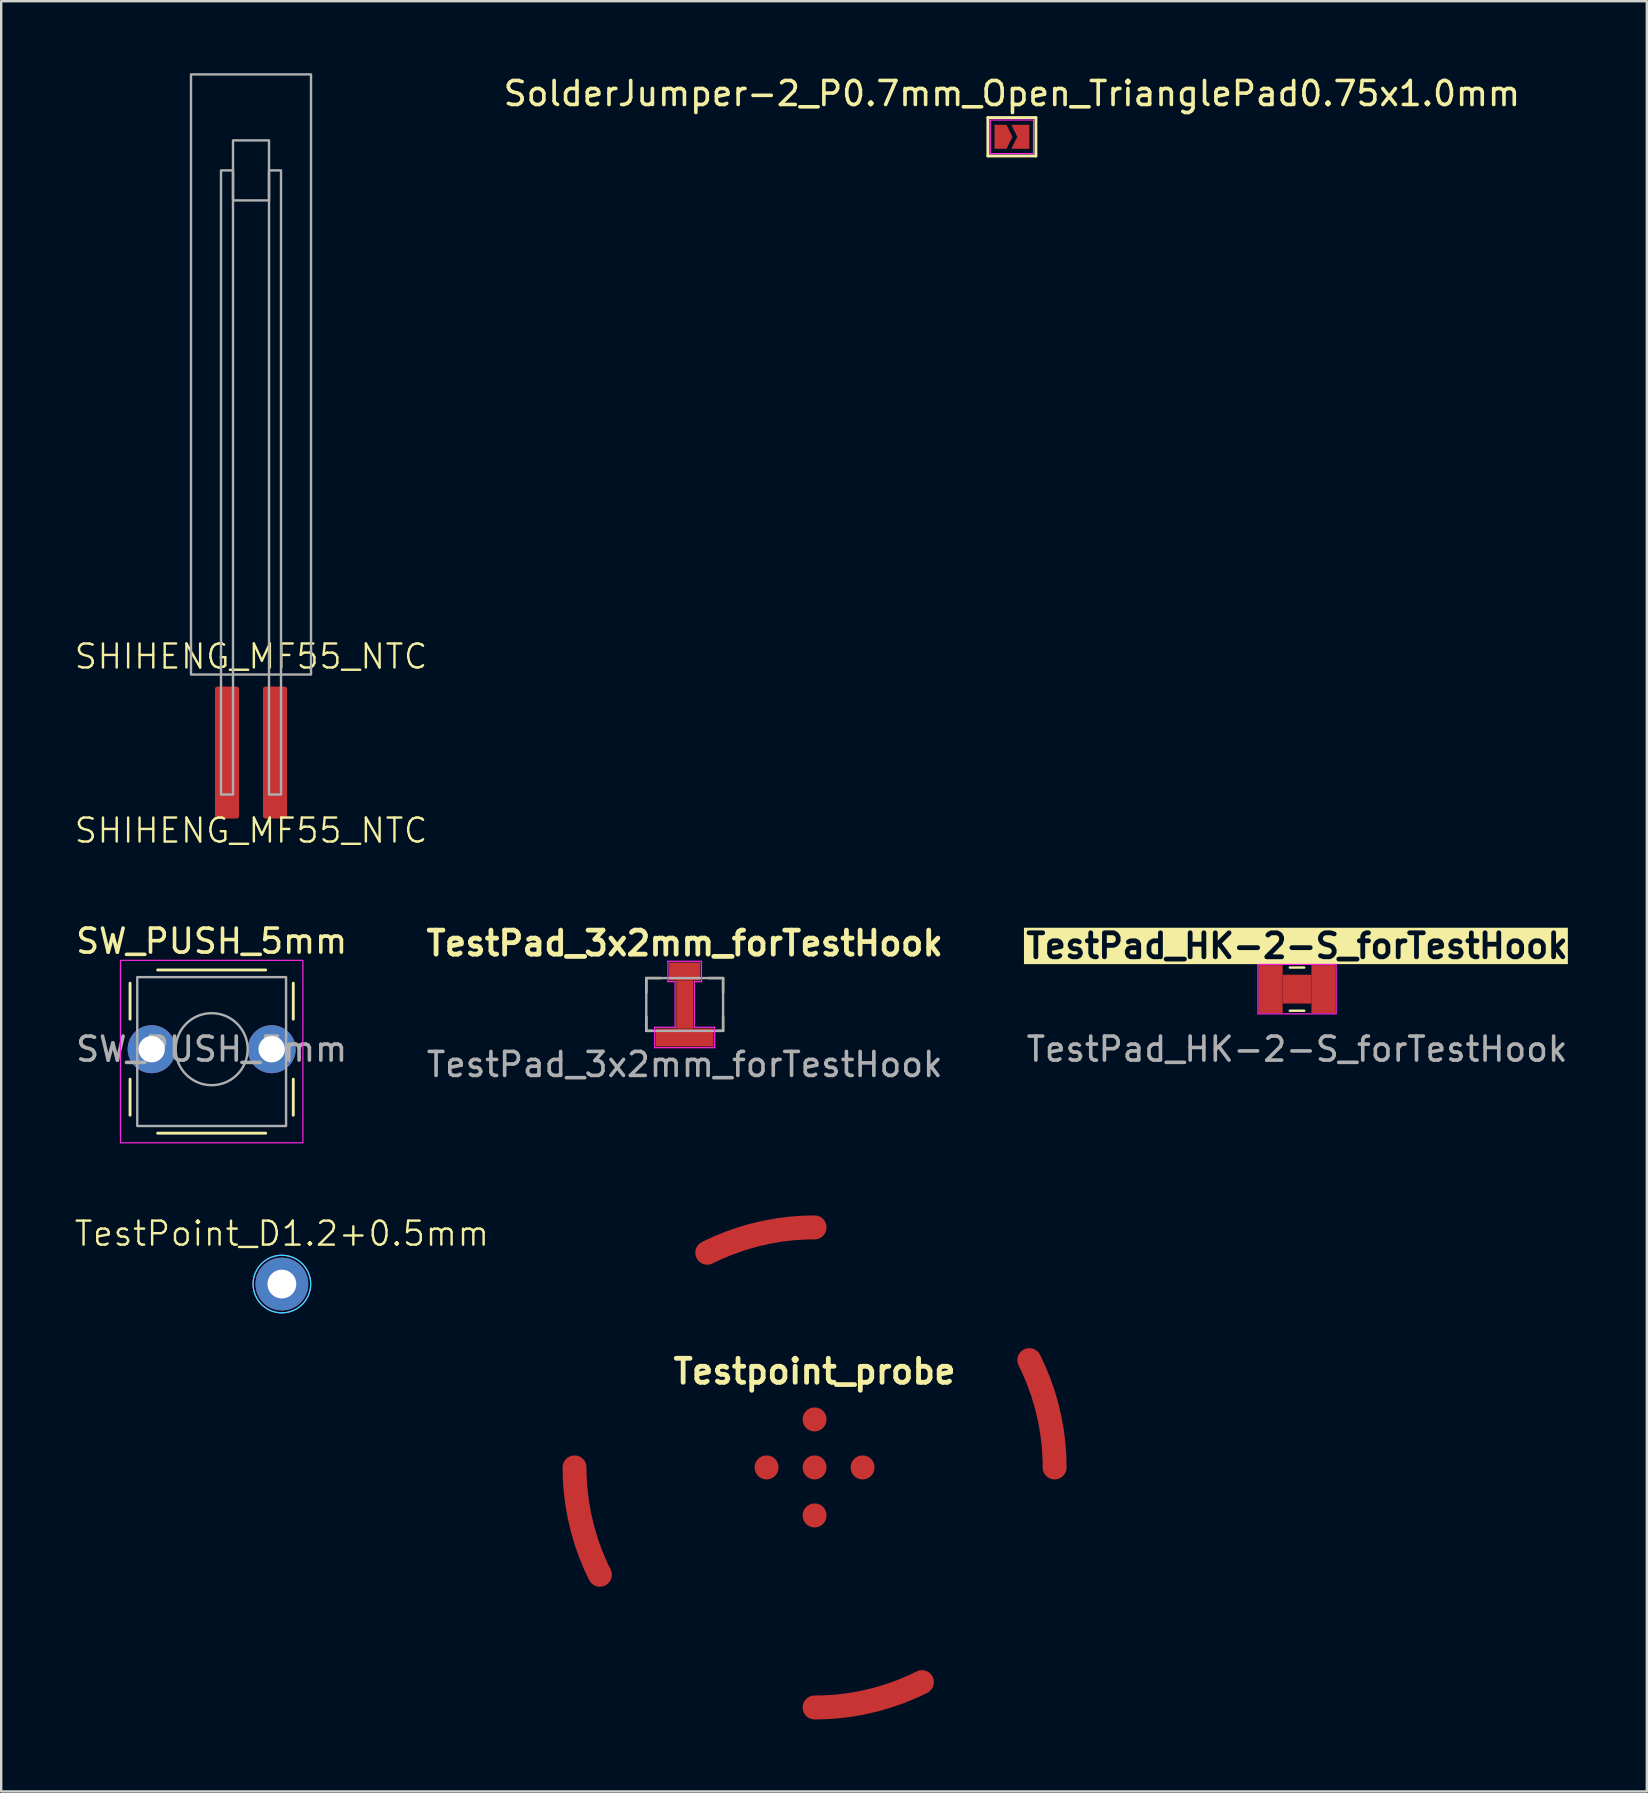
<source format=kicad_pcb>
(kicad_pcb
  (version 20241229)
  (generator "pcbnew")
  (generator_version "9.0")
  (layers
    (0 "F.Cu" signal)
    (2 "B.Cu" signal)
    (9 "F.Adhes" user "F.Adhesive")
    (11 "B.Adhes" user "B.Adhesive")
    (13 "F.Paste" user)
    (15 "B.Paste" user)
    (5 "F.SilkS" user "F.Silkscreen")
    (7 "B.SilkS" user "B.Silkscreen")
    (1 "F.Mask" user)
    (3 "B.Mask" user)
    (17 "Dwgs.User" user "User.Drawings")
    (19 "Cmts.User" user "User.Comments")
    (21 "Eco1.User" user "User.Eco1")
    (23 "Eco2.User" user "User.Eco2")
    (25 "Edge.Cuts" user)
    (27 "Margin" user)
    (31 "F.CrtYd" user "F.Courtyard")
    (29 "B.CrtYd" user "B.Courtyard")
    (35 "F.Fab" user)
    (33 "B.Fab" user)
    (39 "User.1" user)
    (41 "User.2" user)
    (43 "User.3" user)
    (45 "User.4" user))
  (footprint "SolderJumper-2_P0.7mm_Open_TrianglePad0.75x1.0mm"
    (layer "F.Cu")
    (at 39.106 2.648)
    (property "Reference" "SolderJumper-2_P0.7mm_Open_TrianglePad0.75x1.0mm" (at 0 -1.8 0) (layer "F.SilkS") (effects (font (size 1 1) (thickness 0.15))))
    (attr exclude_from_pos_files exclude_from_bom)
    (fp_line (start -1 -0.8) (end 1 -0.8) (stroke (width 0.12) (type solid)) (layer "F.SilkS"))
    (fp_line (start -1 0.8) (end -1 -0.8) (stroke (width 0.12) (type solid)) (layer "F.SilkS"))
    (fp_line (start 1 -0.8) (end 1 0.8) (stroke (width 0.12) (type solid)) (layer "F.SilkS"))
    (fp_line (start 1 0.8) (end -1 0.8) (stroke (width 0.12) (type solid)) (layer "F.SilkS"))
    (fp_rect (start -0.9 -0.7) (end 0.9 0.7) (stroke (width 0.05) (type default)) (fill no) (layer "F.CrtYd"))
    (pad "1" smd custom (at -0.425 0) (size 0.3 0.3) (layers "F.Cu" "F.Mask") (options (anchor rect)) (primitives (gr_poly (pts (xy 0.45 0) (xy 0.2 0.5) (xy -0.3 0.5) (xy -0.3 -0.5) (xy 0.2 -0.5)) (width 0) (fill yes))))
    (pad "2" smd custom (at 0.475 0) (size 0.3 0.3) (layers "F.Cu" "F.Mask") (options (anchor rect)) (primitives (gr_poly (pts (xy 0.25 0.5) (xy -0.5 0.5) (xy -0.25 0) (xy -0.5 -0.5) (xy 0.25 -0.5)) (width 0) (fill yes)))))
  (footprint "SW_PUSH_5mm"
    (layer "F.Cu")
    (at 3.268 40.659)
    (property "Reference" "SW_PUSH_5mm" (at 2.5 -4.5 0) (layer "F.SilkS") (effects (font (size 1 1) (thickness 0.15))))
    (attr through_hole)
    (fp_line (start -0.9 -2.75) (end -0.9 -1.25) (stroke (width 0.12) (type solid)) (layer "F.SilkS"))
    (fp_line (start -0.9 1.25) (end -0.9 2.75) (stroke (width 0.12) (type solid)) (layer "F.SilkS"))
    (fp_line (start 0.25 -3.3) (end 4.75 -3.3) (stroke (width 0.12) (type solid)) (layer "F.SilkS"))
    (fp_line (start 0.25 3.5) (end 4.75 3.5) (stroke (width 0.12) (type solid)) (layer "F.SilkS"))
    (fp_line (start 5.9 -2.75) (end 5.9 -1.25) (stroke (width 0.12) (type solid)) (layer "F.SilkS"))
    (fp_line (start 5.9 1.25) (end 5.9 2.75) (stroke (width 0.12) (type solid)) (layer "F.SilkS"))
    (fp_rect (start -1.3 -3.7) (end 6.3 3.9) (stroke (width 0.05) (type default)) (fill no) (layer "F.CrtYd"))
    (fp_rect (start -0.6 -3) (end 5.6 3.2) (stroke (width 0.1) (type default)) (fill no) (layer "F.Fab"))
    (fp_circle (center 2.5 0) (end 4 0) (stroke (width 0.1) (type solid)) (fill no) (layer "F.Fab"))
    (fp_text user "${REFERENCE}" (at 2.5 0 0) (layer "F.Fab") (effects (font (size 1 1) (thickness 0.15))))
    (pad "1" thru_hole circle (at 0 0 90) (size 2 2) (drill 1.1) (layers "*.Cu" "*.Mask"))
    (pad "2" thru_hole circle (at 5 0 90) (size 2 2) (drill 1.1) (layers "*.Cu" "*.Mask")))
  (footprint "TestPoint_D1.2+0.5mm"
    (layer "F.Cu")
    (at 8.693 50.444)
    (property "Reference" "TestPoint_D1.2+0.5mm" (at 0 -2.1 0) (unlocked yes) (layer "F.SilkS") (effects (font (size 1 1) (thickness 0.1))))
    (attr through_hole)
    (fp_circle (center 0 0) (end 1.2 0) (stroke (width 0.05) (type default)) (fill no) (layer "B.CrtYd"))
    (fp_circle (center 0 0) (end 1.2 0) (stroke (width 0.05) (type default)) (fill no) (layer "F.CrtYd"))
    (pad "1" thru_hole circle (at 0 0) (size 2.2 2.2) (drill 1.2) (layers "*.Cu" "*.Mask")))
  (footprint "SHIHENG_MF55_NTC"
    (layer "F.Cu")
    (at 7.407 29.05)
    (property "Reference" "SHIHENG_MF55_NTC" (at 0 -4.75 0) (unlocked yes) (layer "F.SilkS") (effects (font (size 1 1) (thickness 0.1))))
    (fp_rect (start -2.5 -29) (end 2.5 -4) (stroke (width 0.1) (type default)) (fill no) (layer "F.Fab"))
    (fp_rect (start -1.25 -25) (end -0.75 1) (stroke (width 0.1) (type solid)) (fill no) (layer "F.Fab"))
    (fp_rect (start -0.75 -26.25) (end 0.75 -23.75) (stroke (width 0.1) (type solid)) (fill no) (layer "F.Fab"))
    (fp_rect (start 0.75 -25) (end 1.25 1) (stroke (width 0.1) (type solid)) (fill no) (layer "F.Fab"))
    (fp_text user "${REFERENCE}" (at 0 2.5 0) (unlocked yes) (layer "F.SilkS") (effects (font (size 1 1) (thickness 0.1))))
    (pad "1" smd roundrect (at -1 -0.75) (size 1 5.5) (layers "F.Cu" "F.Mask" "F.Paste") (roundrect_rratio 0.1))
    (pad "2" smd roundrect (at 1 -0.75) (size 1 5.5) (layers "F.Cu" "F.Mask" "F.Paste") (roundrect_rratio 0.1)))
  (footprint "TestPad_3x2mm_forTestHook"
    (layer "F.Cu")
    (at 25.474 38.797)
    (property "Reference" "TestPad_3x2mm_forTestHook" (at 0 -2.55 0) (unlocked yes) (layer "F.SilkS") (effects (font (size 1 1) (thickness 0.2) (bold yes))))
    (attr smd board_only)
    (fp_rect (start -1.2 1) (end 1.2 1.75) (stroke (width 0) (type solid)) (fill yes) (layer "F.Cu"))
    (fp_rect (start -0.65 -1.75) (end 0.65 -1) (stroke (width 0) (type solid)) (fill yes) (layer "F.Cu"))
    (fp_rect (start -1.2 1) (end 1.2 1.75) (stroke (width 0.1) (type solid)) (fill yes) (layer "F.Mask"))
    (fp_rect (start -0.65 -1.75) (end 0.65 -1) (stroke (width 0.1) (type solid)) (fill yes) (layer "F.Mask"))
    (fp_rect (start -0.35 -1) (end 0.35 1) (stroke (width 0.1) (type default)) (fill no) (layer "F.Mask"))
    (fp_line (start -1.6 -1.1) (end -1.6 -0.5) (stroke (width 0.1) (type default)) (layer "F.SilkS"))
    (fp_line (start -1.6 0.5) (end -1.6 1.1) (stroke (width 0.1) (type default)) (layer "F.SilkS"))
    (fp_line (start -1.6 1.1) (end -1.35 1.1) (stroke (width 0.1) (type default)) (layer "F.SilkS"))
    (fp_line (start -1 -1.1) (end -1.6 -1.1) (stroke (width 0.1) (type default)) (layer "F.SilkS"))
    (fp_line (start 1 -1.1) (end 1.6 -1.1) (stroke (width 0.1) (type default)) (layer "F.SilkS"))
    (fp_line (start 1.35 1.1) (end 1.6 1.1) (stroke (width 0.1) (type default)) (layer "F.SilkS"))
    (fp_line (start 1.6 -1.1) (end 1.6 -0.5) (stroke (width 0.1) (type default)) (layer "F.SilkS"))
    (fp_line (start 1.6 1.1) (end 1.6 0.5) (stroke (width 0.1) (type default)) (layer "F.SilkS"))
    (fp_line (start -1.25 0.95) (end -1.25 1.8) (stroke (width 0.05) (type default)) (layer "F.CrtYd"))
    (fp_line (start -1.25 1.8) (end 1.25 1.8) (stroke (width 0.05) (type default)) (layer "F.CrtYd"))
    (fp_line (start -1.2 0.95) (end -1.25 0.95) (stroke (width 0.05) (type default)) (layer "F.CrtYd"))
    (fp_line (start -0.7 -1.8) (end -0.7 -0.95) (stroke (width 0.05) (type default)) (layer "F.CrtYd"))
    (fp_line (start -0.7 -0.95) (end -0.4 -0.95) (stroke (width 0.05) (type default)) (layer "F.CrtYd"))
    (fp_line (start -0.4 -0.95) (end -0.4 0.95) (stroke (width 0.05) (type default)) (layer "F.CrtYd"))
    (fp_line (start -0.4 0.95) (end -1.2 0.95) (stroke (width 0.05) (type default)) (layer "F.CrtYd"))
    (fp_line (start 0.4 -0.95) (end 0.7 -0.95) (stroke (width 0.05) (type default)) (layer "F.CrtYd"))
    (fp_line (start 0.4 0.95) (end 0.4 -0.95) (stroke (width 0.05) (type default)) (layer "F.CrtYd"))
    (fp_line (start 0.7 -1.8) (end -0.7 -1.8) (stroke (width 0.05) (type default)) (layer "F.CrtYd"))
    (fp_line (start 0.7 -0.95) (end 0.7 -1.8) (stroke (width 0.05) (type default)) (layer "F.CrtYd"))
    (fp_line (start 1.25 0.95) (end 0.4 0.95) (stroke (width 0.05) (type default)) (layer "F.CrtYd"))
    (fp_line (start 1.25 1.8) (end 1.25 0.95) (stroke (width 0.05) (type default)) (layer "F.CrtYd"))
    (fp_rect (start -1.6 -1.1) (end 1.6 1.1) (stroke (width 0.1) (type default)) (fill no) (layer "F.Fab"))
    (fp_text user "${REFERENCE}" (at 0 2.5 0) (unlocked yes) (layer "F.Fab") (effects (font (size 1 1) (thickness 0.15))))
    (pad "1" smd rect (at 0 0 180) (size 0.7 2) (layers "F.Cu" "F.Mask" "F.Paste")))
  (footprint "TestPad_HK-2-S_forTestHook"
    (layer "F.Cu")
    (at 50.985 38.158)
    (property "Reference" "TestPad_HK-2-S_forTestHook" (at 0 -1.8 0) (unlocked yes) (layer "F.SilkS" knockout) (effects (font (size 1 1) (thickness 0.2) (bold yes))))
    (attr smd)
    (fp_line (start -0.3 -0.9) (end 0.3 -0.9) (stroke (width 0.1) (type default)) (layer "F.SilkS"))
    (fp_line (start -0.3 0.9) (end 0.3 0.9) (stroke (width 0.1) (type default)) (layer "F.SilkS"))
    (fp_rect (start -1.63 -1.03) (end 1.63 1.03) (stroke (width 0.05) (type default)) (fill no) (layer "F.CrtYd"))
    (fp_text user "${REFERENCE}" (at 0 2.5 0) (unlocked yes) (layer "F.Fab") (effects (font (size 1 1) (thickness 0.15))))
    (pad "1" smd rect (at -1.1 0) (size 1 2) (property pad_prop_testpoint) (layers "F.Cu" "F.Mask"))
    (pad "1" smd rect (at 0 0) (size 1.2 1.2) (property pad_prop_testpoint) (layers "F.Cu" "F.Mask"))
    (pad "1" smd rect (at 1.1 0) (size 1 2) (property pad_prop_testpoint) (layers "F.Cu" "F.Mask")))
  (footprint "Testpoint_probe"
    (layer "F.Cu")
    (at 30.886 58.084)
    (property "Reference" "Testpoint_probe" (at 0 -4 0) (unlocked yes) (layer "F.SilkS") (effects (font (size 1 1) (thickness 0.2) (bold yes))))
    (attr smd exclude_from_pos_files exclude_from_bom allow_missing_courtyard dnp)
    (pad "1" smd circle (at 0 0) (size 1 1) (property pad_prop_testpoint) (layers "F.Cu" "F.Mask"))
    (pad "2" smd custom (at -10 0) (size 1 1) (property pad_prop_testpoint) (layers "F.Cu" "F.Mask") (options (anchor circle)) (primitives (gr_arc (start 1.055728 4.472136) (mid 0.26751 2.297529) (end 0 0) (width 1))) (padstack (mode front_inner_back) (layer "Inner" (shape circle) (size 1 1)) (layer "B.Cu" (shape circle) (size 1 1))))
    (pad "2" smd circle (at -2 0) (size 1 1) (property pad_prop_testpoint) (layers "F.Cu" "F.Mask"))
    (pad "2" smd custom (at 0 -10) (size 1 1) (property pad_prop_testpoint) (layers "F.Cu" "F.Mask") (options (anchor circle)) (primitives (gr_arc (start -4.472136 1.055728) (mid -2.297529 0.26751) (end 0 0) (width 1))) (padstack (mode front_inner_back) (layer "Inner" (shape circle) (size 1 1)) (layer "B.Cu" (shape circle) (size 1 1))))
    (pad "2" smd circle (at 0 -2) (size 1 1) (property pad_prop_testpoint) (layers "F.Cu" "F.Mask"))
    (pad "2" smd circle (at 0 2) (size 1 1) (property pad_prop_testpoint) (layers "F.Cu" "F.Mask"))
    (pad "2" smd custom (at 0 10) (size 1 1) (property pad_prop_testpoint) (layers "F.Cu" "F.Mask") (options (anchor circle)) (primitives (gr_arc (start 4.472136 -1.055728) (mid 2.297529 -0.26751) (end 0 0) (width 1))) (padstack (mode front_inner_back) (layer "Inner" (shape circle) (size 1 1)) (layer "B.Cu" (shape circle) (size 1 1))))
    (pad "2" smd circle (at 2 0) (size 1 1) (property pad_prop_testpoint) (layers "F.Cu" "F.Mask"))
    (pad "2" smd custom (at 10 0) (size 1 1) (property pad_prop_testpoint) (layers "F.Cu" "F.Mask" "F.Paste") (options (anchor circle)) (primitives (gr_arc (start -1.055728 -4.472136) (mid -0.26751 -2.297529) (end 0 0) (width 1))) (padstack (mode front_inner_back) (layer "Inner" (shape circle) (size 1 1)) (layer "B.Cu" (shape circle) (size 1 1)))))
  (gr_rect
    (start -3 -3)
    (end 65.558 71.584)
    (stroke (width 0.1) (type default))
    (fill no)
    (layer "Edge.Cuts")))
</source>
